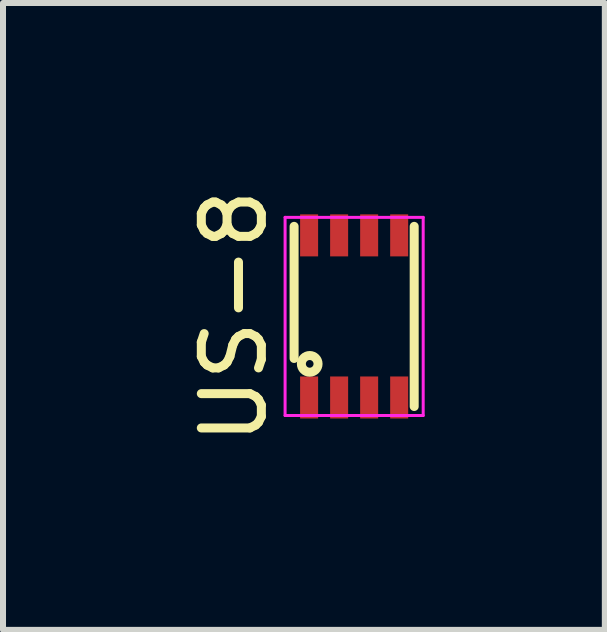
<source format=kicad_pcb>
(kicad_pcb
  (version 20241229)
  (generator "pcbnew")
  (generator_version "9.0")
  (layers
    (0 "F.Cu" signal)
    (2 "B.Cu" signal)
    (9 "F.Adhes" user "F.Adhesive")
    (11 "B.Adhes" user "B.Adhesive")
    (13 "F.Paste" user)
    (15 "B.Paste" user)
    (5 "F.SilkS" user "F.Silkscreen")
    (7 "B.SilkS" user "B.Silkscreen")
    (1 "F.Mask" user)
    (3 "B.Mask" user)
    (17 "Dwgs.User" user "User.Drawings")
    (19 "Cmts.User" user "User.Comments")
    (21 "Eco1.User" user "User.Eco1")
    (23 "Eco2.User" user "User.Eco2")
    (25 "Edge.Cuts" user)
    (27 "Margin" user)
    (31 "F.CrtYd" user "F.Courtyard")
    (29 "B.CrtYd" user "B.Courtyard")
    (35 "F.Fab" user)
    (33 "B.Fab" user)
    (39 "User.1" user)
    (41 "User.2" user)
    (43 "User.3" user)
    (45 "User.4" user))
  (footprint "US-8"
    (layer "F.Cu")
    (at 2.848 2.22)
    (property "Reference" "US-8" (at -2 0 90) (layer "F.SilkS") (effects (font (size 1 1) (thickness 0.15))))
    (attr smd)
    (fp_line (start -1 0.7) (end -1 -1.5) (stroke (width 0.15) (type solid)) (layer "F.SilkS"))
    (fp_line (start 1 -1.5) (end 1 1.5) (stroke (width 0.15) (type solid)) (layer "F.SilkS"))
    (fp_circle (center -0.74 0.79) (end -0.69 0.83) (stroke (width 0.15) (type solid)) (fill no) (layer "F.SilkS"))
    (fp_line (start -1.15 -1.65) (end 1.15 -1.65) (stroke (width 0.05) (type solid)) (layer "F.CrtYd"))
    (fp_line (start -1.15 1.65) (end -1.15 -1.65) (stroke (width 0.05) (type solid)) (layer "F.CrtYd"))
    (fp_line (start 1.15 -1.65) (end 1.15 1.65) (stroke (width 0.05) (type solid)) (layer "F.CrtYd"))
    (fp_line (start 1.15 1.65) (end -1.15 1.65) (stroke (width 0.05) (type solid)) (layer "F.CrtYd"))
    (pad "1" smd rect (at -0.75 1.35) (size 0.3 0.7) (layers "F.Cu" "F.Mask" "F.Paste"))
    (pad "2" smd rect (at -0.25 1.35) (size 0.3 0.7) (layers "F.Cu" "F.Mask" "F.Paste"))
    (pad "3" smd rect (at 0.25 1.35) (size 0.3 0.7) (layers "F.Cu" "F.Mask" "F.Paste"))
    (pad "4" smd rect (at 0.75 1.35) (size 0.3 0.7) (layers "F.Cu" "F.Mask" "F.Paste"))
    (pad "5" smd rect (at 0.75 -1.35) (size 0.3 0.7) (layers "F.Cu" "F.Mask" "F.Paste"))
    (pad "6" smd rect (at 0.25 -1.35) (size 0.3 0.7) (layers "F.Cu" "F.Mask" "F.Paste"))
    (pad "7" smd rect (at -0.25 -1.35) (size 0.3 0.7) (layers "F.Cu" "F.Mask" "F.Paste"))
    (pad "8" smd rect (at -0.75 -1.35) (size 0.3 0.7) (layers "F.Cu" "F.Mask" "F.Paste")))
  (gr_rect
    (start -3 -3)
    (end 7.023 7.44)
    (stroke (width 0.1) (type default))
    (fill no)
    (layer "Edge.Cuts")))
</source>
